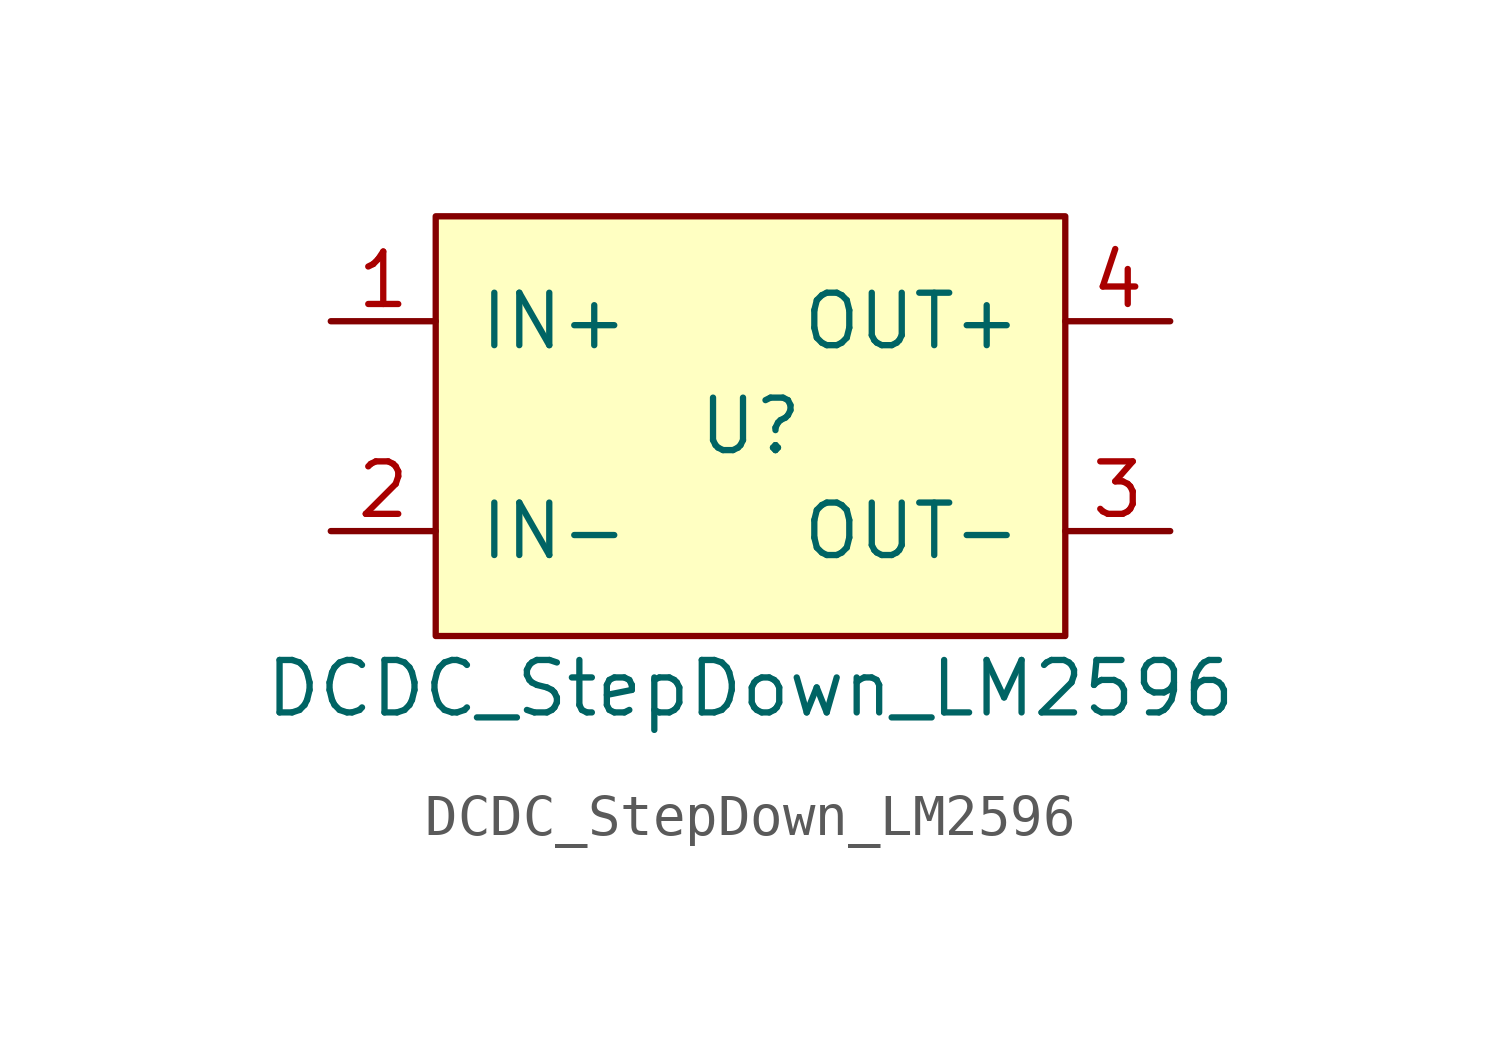
<source format=kicad_sym>
(kicad_symbol_lib
  (version 20220914)
  (generator kicad_symbol_editor)
  (symbol "DCDC_StepDown_LM2596"
    (pin_names
      (offset 1.016))
    (property "Reference" "U"
      (at 10.16 -5.08 0)
      (effects (font (size 1.27 1.27))))
    (property "Value" "DCDC_StepDown_LM2596"
      (at 10.16 -11.43 0)
      (effects (font (size 1.27 1.27))))
    (symbol "DCDC_StepDown_LM2596_0_1"
      (rectangle (start 2.54 0) (end 17.78 -10.16) (stroke (width 0) (type solid)) (fill (type background))))
    (symbol "DCDC_StepDown_LM2596_1_1"
      (pin power_in line (at 0 -2.54 0) (length 2.54) (name "IN+" (effects (font (size 1.27 1.27)))) (number "1" (effects (font (size 1.27 1.27)))))
      (pin power_in line (at 0 -7.62 0) (length 2.54) (name "IN-" (effects (font (size 1.27 1.27)))) (number "2" (effects (font (size 1.27 1.27)))))
      (pin power_in line (at 20.32 -7.62 180) (length 2.54) (name "OUT-" (effects (font (size 1.27 1.27)))) (number "3" (effects (font (size 1.27 1.27)))))
      (pin power_out line (at 20.32 -2.54 180) (length 2.54) (name "OUT+" (effects (font (size 1.27 1.27)))) (number "4" (effects (font (size 1.27 1.27))))))))
</source>
